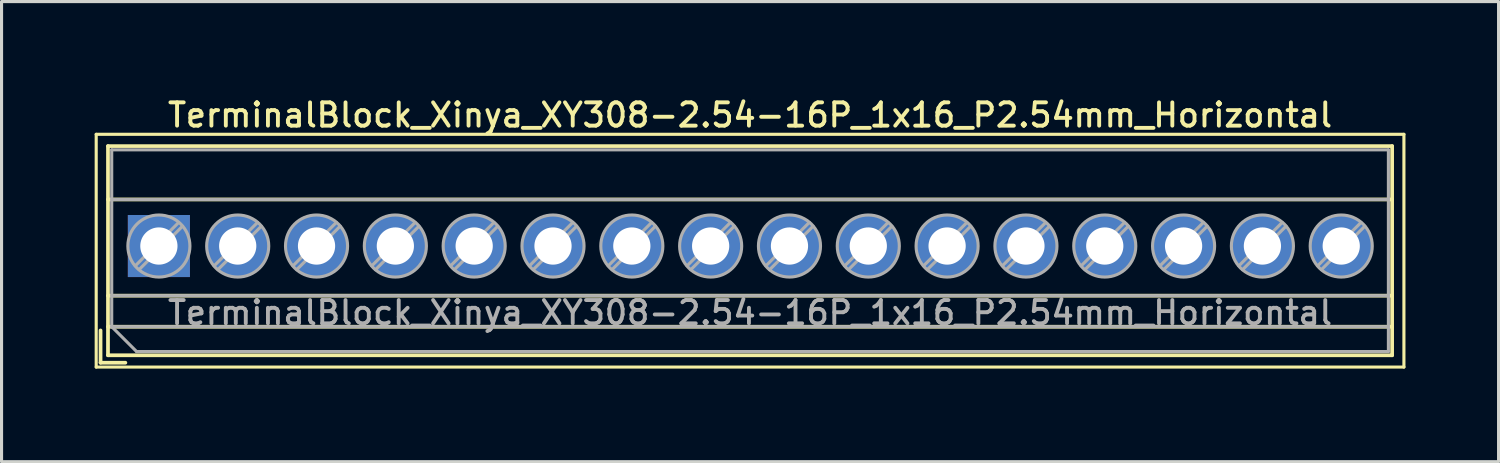
<source format=kicad_pcb>
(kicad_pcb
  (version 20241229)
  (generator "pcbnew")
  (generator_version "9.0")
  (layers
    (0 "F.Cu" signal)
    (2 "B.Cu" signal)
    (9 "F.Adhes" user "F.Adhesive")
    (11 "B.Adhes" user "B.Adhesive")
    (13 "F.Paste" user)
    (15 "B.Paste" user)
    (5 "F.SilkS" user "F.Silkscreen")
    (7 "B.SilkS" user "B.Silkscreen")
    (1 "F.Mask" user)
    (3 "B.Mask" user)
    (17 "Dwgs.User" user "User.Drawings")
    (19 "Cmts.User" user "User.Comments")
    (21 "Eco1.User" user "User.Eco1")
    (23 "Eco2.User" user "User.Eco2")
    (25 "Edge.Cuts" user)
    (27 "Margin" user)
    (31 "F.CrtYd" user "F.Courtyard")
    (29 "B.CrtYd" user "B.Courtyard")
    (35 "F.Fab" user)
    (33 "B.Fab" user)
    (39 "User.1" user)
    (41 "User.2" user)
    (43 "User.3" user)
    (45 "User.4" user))
  (footprint "TerminalBlock_Xinya_XY308-2.54-16P_1x16_P2.54mm_Horizontal"
    (layer "F.Cu")
    (at 2.07 4.878)
    (property "Reference" "TerminalBlock_Xinya_XY308-2.54-16P_1x16_P2.54mm_Horizontal" (at 19.05 -4.22 0) (layer "F.SilkS") (effects (font (size 0.75 0.75) (thickness 0.125))))
    (attr through_hole)
    (fp_line (start -2.02 -3.6) (end -2.02 3.9) (stroke (width 0.1) (type solid)) (layer "F.SilkS"))
    (fp_line (start -2.02 3.9) (end 40.12 3.9) (stroke (width 0.1) (type solid)) (layer "F.SilkS"))
    (fp_line (start -1.88 2.72) (end -1.88 3.76) (stroke (width 0.12) (type solid)) (layer "F.SilkS"))
    (fp_line (start -1.88 3.76) (end -1.08 3.76) (stroke (width 0.12) (type solid)) (layer "F.SilkS"))
    (fp_line (start -1.64 -3.22) (end -1.64 3.52) (stroke (width 0.12) (type solid)) (layer "F.SilkS"))
    (fp_line (start -1.64 -3.22) (end 39.74 -3.22) (stroke (width 0.12) (type solid)) (layer "F.SilkS"))
    (fp_line (start -1.64 -1.501) (end 39.74 -1.501) (stroke (width 0.12) (type solid)) (layer "F.SilkS"))
    (fp_line (start -1.64 1.6) (end 39.74 1.6) (stroke (width 0.12) (type solid)) (layer "F.SilkS"))
    (fp_line (start -1.64 2.6) (end 39.74 2.6) (stroke (width 0.12) (type solid)) (layer "F.SilkS"))
    (fp_line (start -1.64 3.52) (end 39.74 3.52) (stroke (width 0.12) (type solid)) (layer "F.SilkS"))
    (fp_line (start 39.74 -3.22) (end 39.74 3.52) (stroke (width 0.12) (type solid)) (layer "F.SilkS"))
    (fp_line (start 40.12 -3.6) (end -2.02 -3.6) (stroke (width 0.1) (type solid)) (layer "F.SilkS"))
    (fp_line (start 40.12 3.9) (end 40.12 -3.6) (stroke (width 0.1) (type solid)) (layer "F.SilkS"))
    (fp_line (start -1.52 -3.1) (end 39.62 -3.1) (stroke (width 0.1) (type solid)) (layer "F.Fab"))
    (fp_line (start -1.52 -1.5) (end 39.62 -1.5) (stroke (width 0.1) (type solid)) (layer "F.Fab"))
    (fp_line (start -1.52 1.6) (end 39.62 1.6) (stroke (width 0.1) (type solid)) (layer "F.Fab"))
    (fp_line (start -1.52 2.6) (end -1.52 -3.1) (stroke (width 0.1) (type solid)) (layer "F.Fab"))
    (fp_line (start -1.52 2.6) (end 39.62 2.6) (stroke (width 0.1) (type solid)) (layer "F.Fab"))
    (fp_line (start -0.72 3.4) (end -1.52 2.6) (stroke (width 0.1) (type solid)) (layer "F.Fab"))
    (fp_line (start 0.637 -0.759) (end -0.759 0.637) (stroke (width 0.1) (type solid)) (layer "F.Fab"))
    (fp_line (start 0.759 -0.637) (end -0.637 0.759) (stroke (width 0.1) (type solid)) (layer "F.Fab"))
    (fp_line (start 3.177 -0.759) (end 1.782 0.637) (stroke (width 0.1) (type solid)) (layer "F.Fab"))
    (fp_line (start 3.299 -0.637) (end 1.904 0.759) (stroke (width 0.1) (type solid)) (layer "F.Fab"))
    (fp_line (start 5.717 -0.759) (end 4.322 0.637) (stroke (width 0.1) (type solid)) (layer "F.Fab"))
    (fp_line (start 5.839 -0.637) (end 4.444 0.759) (stroke (width 0.1) (type solid)) (layer "F.Fab"))
    (fp_line (start 8.257 -0.759) (end 6.862 0.637) (stroke (width 0.1) (type solid)) (layer "F.Fab"))
    (fp_line (start 8.379 -0.637) (end 6.984 0.759) (stroke (width 0.1) (type solid)) (layer "F.Fab"))
    (fp_line (start 10.797 -0.759) (end 9.402 0.637) (stroke (width 0.1) (type solid)) (layer "F.Fab"))
    (fp_line (start 10.919 -0.637) (end 9.524 0.759) (stroke (width 0.1) (type solid)) (layer "F.Fab"))
    (fp_line (start 13.337 -0.759) (end 11.942 0.637) (stroke (width 0.1) (type solid)) (layer "F.Fab"))
    (fp_line (start 13.459 -0.637) (end 12.064 0.759) (stroke (width 0.1) (type solid)) (layer "F.Fab"))
    (fp_line (start 15.877 -0.759) (end 14.482 0.637) (stroke (width 0.1) (type solid)) (layer "F.Fab"))
    (fp_line (start 15.999 -0.637) (end 14.604 0.759) (stroke (width 0.1) (type solid)) (layer "F.Fab"))
    (fp_line (start 18.417 -0.759) (end 17.022 0.637) (stroke (width 0.1) (type solid)) (layer "F.Fab"))
    (fp_line (start 18.539 -0.637) (end 17.144 0.759) (stroke (width 0.1) (type solid)) (layer "F.Fab"))
    (fp_line (start 20.957 -0.759) (end 19.562 0.637) (stroke (width 0.1) (type solid)) (layer "F.Fab"))
    (fp_line (start 21.079 -0.637) (end 19.684 0.759) (stroke (width 0.1) (type solid)) (layer "F.Fab"))
    (fp_line (start 23.497 -0.759) (end 22.102 0.637) (stroke (width 0.1) (type solid)) (layer "F.Fab"))
    (fp_line (start 23.619 -0.637) (end 22.224 0.759) (stroke (width 0.1) (type solid)) (layer "F.Fab"))
    (fp_line (start 26.037 -0.759) (end 24.642 0.637) (stroke (width 0.1) (type solid)) (layer "F.Fab"))
    (fp_line (start 26.159 -0.637) (end 24.764 0.759) (stroke (width 0.1) (type solid)) (layer "F.Fab"))
    (fp_line (start 28.577 -0.759) (end 27.182 0.637) (stroke (width 0.1) (type solid)) (layer "F.Fab"))
    (fp_line (start 28.699 -0.637) (end 27.304 0.759) (stroke (width 0.1) (type solid)) (layer "F.Fab"))
    (fp_line (start 31.117 -0.759) (end 29.722 0.637) (stroke (width 0.1) (type solid)) (layer "F.Fab"))
    (fp_line (start 31.239 -0.637) (end 29.844 0.759) (stroke (width 0.1) (type solid)) (layer "F.Fab"))
    (fp_line (start 33.657 -0.759) (end 32.262 0.637) (stroke (width 0.1) (type solid)) (layer "F.Fab"))
    (fp_line (start 33.779 -0.637) (end 32.384 0.759) (stroke (width 0.1) (type solid)) (layer "F.Fab"))
    (fp_line (start 36.197 -0.759) (end 34.802 0.637) (stroke (width 0.1) (type solid)) (layer "F.Fab"))
    (fp_line (start 36.319 -0.637) (end 34.924 0.759) (stroke (width 0.1) (type solid)) (layer "F.Fab"))
    (fp_line (start 38.737 -0.759) (end 37.342 0.637) (stroke (width 0.1) (type solid)) (layer "F.Fab"))
    (fp_line (start 38.859 -0.637) (end 37.464 0.759) (stroke (width 0.1) (type solid)) (layer "F.Fab"))
    (fp_line (start 39.62 -3.1) (end 39.62 3.4) (stroke (width 0.1) (type solid)) (layer "F.Fab"))
    (fp_line (start 39.62 3.4) (end -0.72 3.4) (stroke (width 0.1) (type solid)) (layer "F.Fab"))
    (fp_circle (center 0 0) (end 1 0) (stroke (width 0.1) (type solid)) (fill no) (layer "F.Fab"))
    (fp_circle (center 2.54 0) (end 3.54 0) (stroke (width 0.1) (type solid)) (fill no) (layer "F.Fab"))
    (fp_circle (center 5.08 0) (end 6.08 0) (stroke (width 0.1) (type solid)) (fill no) (layer "F.Fab"))
    (fp_circle (center 7.62 0) (end 8.62 0) (stroke (width 0.1) (type solid)) (fill no) (layer "F.Fab"))
    (fp_circle (center 10.16 0) (end 11.16 0) (stroke (width 0.1) (type solid)) (fill no) (layer "F.Fab"))
    (fp_circle (center 12.7 0) (end 13.7 0) (stroke (width 0.1) (type solid)) (fill no) (layer "F.Fab"))
    (fp_circle (center 15.24 0) (end 16.24 0) (stroke (width 0.1) (type solid)) (fill no) (layer "F.Fab"))
    (fp_circle (center 17.78 0) (end 18.78 0) (stroke (width 0.1) (type solid)) (fill no) (layer "F.Fab"))
    (fp_circle (center 20.32 0) (end 21.32 0) (stroke (width 0.1) (type solid)) (fill no) (layer "F.Fab"))
    (fp_circle (center 22.86 0) (end 23.86 0) (stroke (width 0.1) (type solid)) (fill no) (layer "F.Fab"))
    (fp_circle (center 25.4 0) (end 26.4 0) (stroke (width 0.1) (type solid)) (fill no) (layer "F.Fab"))
    (fp_circle (center 27.94 0) (end 28.94 0) (stroke (width 0.1) (type solid)) (fill no) (layer "F.Fab"))
    (fp_circle (center 30.48 0) (end 31.48 0) (stroke (width 0.1) (type solid)) (fill no) (layer "F.Fab"))
    (fp_circle (center 33.02 0) (end 34.02 0) (stroke (width 0.1) (type solid)) (fill no) (layer "F.Fab"))
    (fp_circle (center 35.56 0) (end 36.56 0) (stroke (width 0.1) (type solid)) (fill no) (layer "F.Fab"))
    (fp_circle (center 38.1 0) (end 39.1 0) (stroke (width 0.1) (type solid)) (fill no) (layer "F.Fab"))
    (fp_text user "${REFERENCE}" (at 19.05 2.15 0) (layer "F.Fab") (effects (font (size 0.75 0.75) (thickness 0.125))))
    (pad "1" thru_hole rect (at 0 0) (size 2 2) (drill 1.2) (layers "*.Cu" "*.Mask"))
    (pad "2" thru_hole circle (at 2.54 0) (size 2 2) (drill 1.2) (layers "*.Cu" "*.Mask"))
    (pad "3" thru_hole circle (at 5.08 0) (size 2 2) (drill 1.2) (layers "*.Cu" "*.Mask"))
    (pad "4" thru_hole circle (at 7.62 0) (size 2 2) (drill 1.2) (layers "*.Cu" "*.Mask"))
    (pad "5" thru_hole circle (at 10.16 0) (size 2 2) (drill 1.2) (layers "*.Cu" "*.Mask"))
    (pad "6" thru_hole circle (at 12.7 0) (size 2 2) (drill 1.2) (layers "*.Cu" "*.Mask"))
    (pad "7" thru_hole circle (at 15.24 0) (size 2 2) (drill 1.2) (layers "*.Cu" "*.Mask"))
    (pad "8" thru_hole circle (at 17.78 0) (size 2 2) (drill 1.2) (layers "*.Cu" "*.Mask"))
    (pad "9" thru_hole circle (at 20.32 0) (size 2 2) (drill 1.2) (layers "*.Cu" "*.Mask"))
    (pad "10" thru_hole circle (at 22.86 0) (size 2 2) (drill 1.2) (layers "*.Cu" "*.Mask"))
    (pad "11" thru_hole circle (at 25.4 0) (size 2 2) (drill 1.2) (layers "*.Cu" "*.Mask"))
    (pad "12" thru_hole circle (at 27.94 0) (size 2 2) (drill 1.2) (layers "*.Cu" "*.Mask"))
    (pad "13" thru_hole circle (at 30.48 0) (size 2 2) (drill 1.2) (layers "*.Cu" "*.Mask"))
    (pad "14" thru_hole circle (at 33.02 0) (size 2 2) (drill 1.2) (layers "*.Cu" "*.Mask"))
    (pad "15" thru_hole circle (at 35.56 0) (size 2 2) (drill 1.2) (layers "*.Cu" "*.Mask"))
    (pad "16" thru_hole circle (at 38.1 0) (size 2 2) (drill 1.2) (layers "*.Cu" "*.Mask")))
  (gr_rect
    (start -3 -3)
    (end 45.24 11.828)
    (stroke (width 0.1) (type default))
    (fill no)
    (layer "Edge.Cuts")))
</source>
